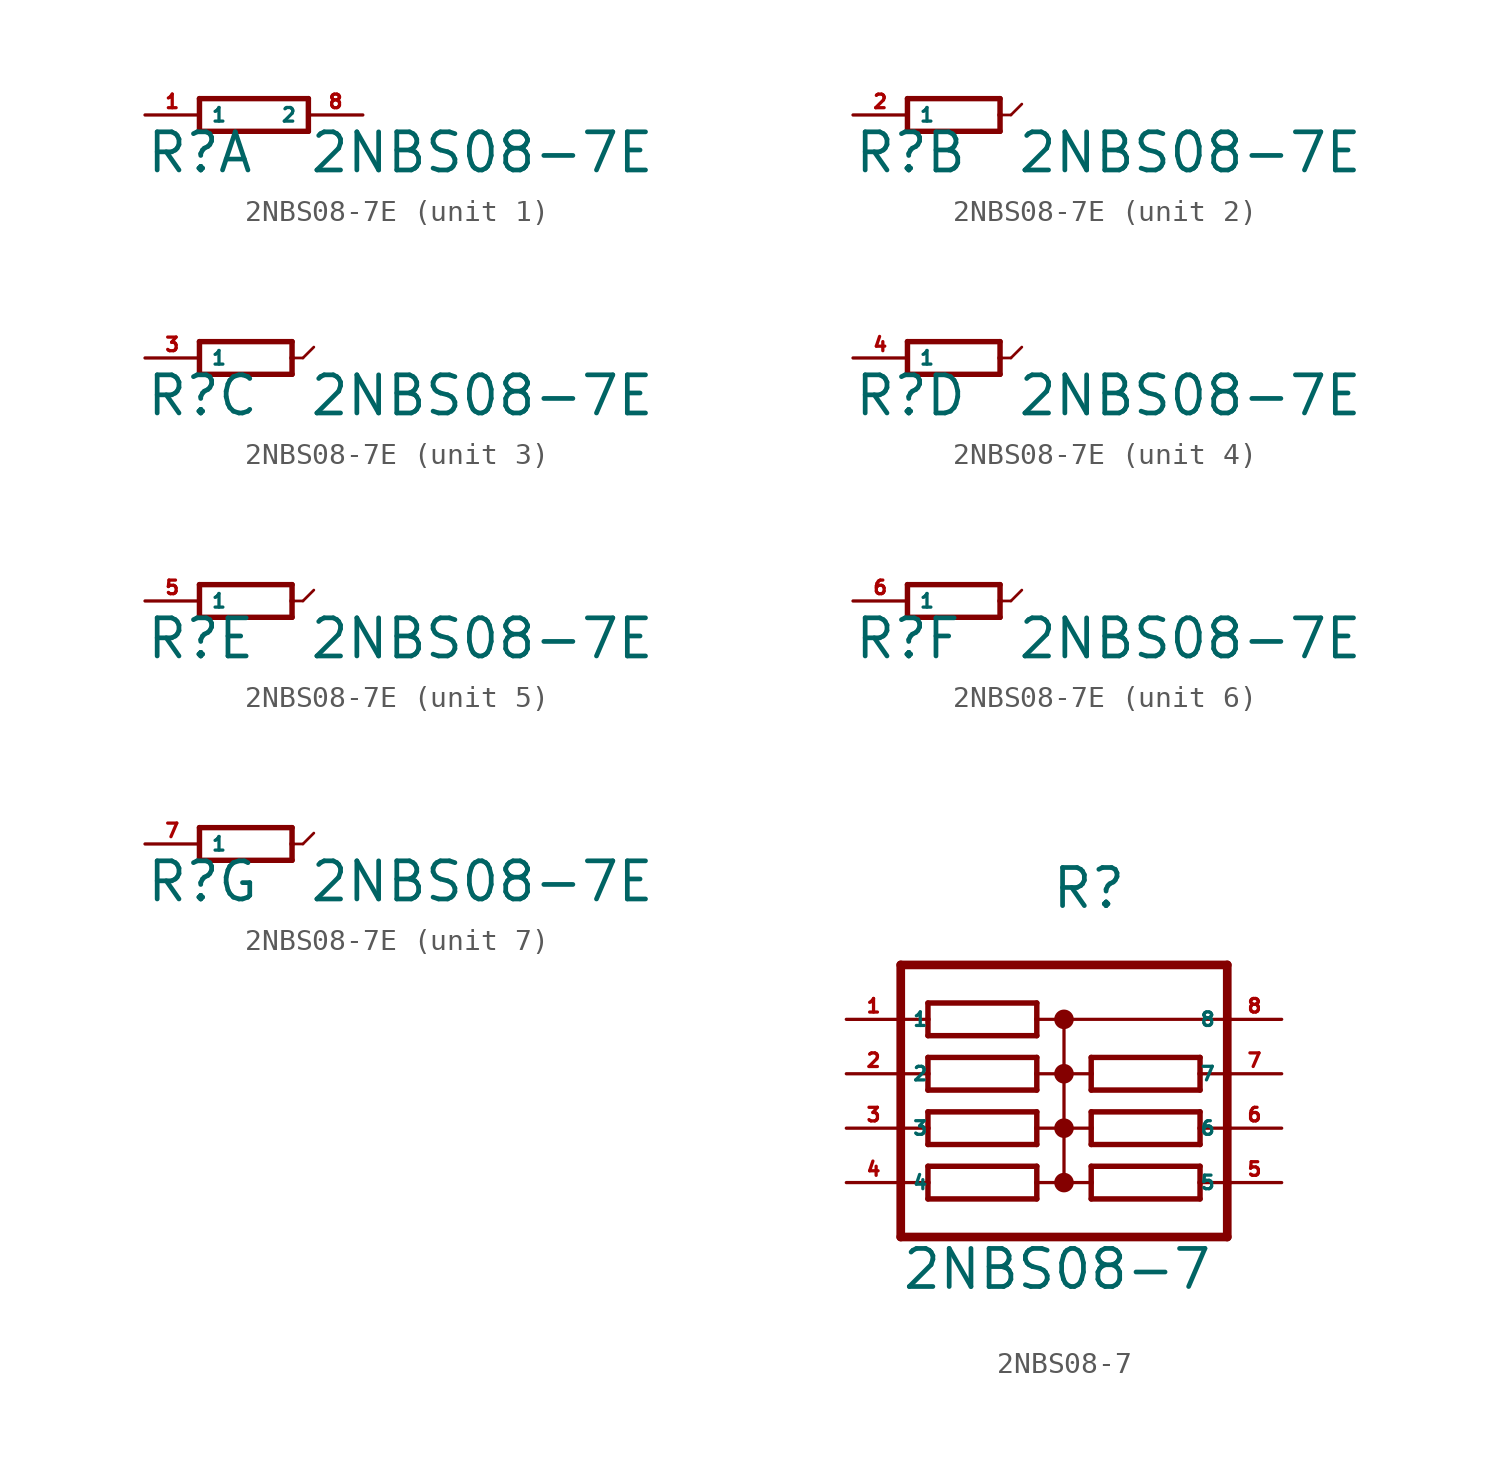
<source format=kicad_sym>
(kicad_symbol_lib
  (version 20220914)
  (generator Eagle2Kicad)
  (symbol "2NBS08-7E"
    (property "Reference" "R"
      (at -5.08 -2.794 0)
      (effects (font (size 1.778 1.778) (thickness 0.22)) (justify left bottom)))
    (property "Value" "2NBS08-7E"
      (at 2.54 -2.794 0)
      (effects (font (size 1.778 1.778) (thickness 0.22)) (justify left bottom)))
    (symbol "2NBS08-7E_1_0"
      (polyline (pts (xy -2.54 -0.762) (xy 2.54 -0.762)) (stroke (width 0.254) (type default)) (fill (type none)))
      (polyline (pts (xy 2.54 0.762) (xy -2.54 0.762)) (stroke (width 0.254) (type default)) (fill (type none)))
      (polyline (pts (xy 2.54 -0.762) (xy 2.54 0.762)) (stroke (width 0.254) (type default)) (fill (type none)))
      (polyline (pts (xy -2.54 0.762) (xy -2.54 -0.762)) (stroke (width 0.254) (type default)) (fill (type none)))
      (pin passive line (at -5.08 0 0) (length 2.54) (name "1" (effects (font (size 0.635 0.635) (thickness 0.08)) (justify left bottom))) (number "1" (effects (font (size 0.635 0.635) (thickness 0.08)) (justify left bottom))))
      (pin passive line (at 5.08 0 180) (length 2.54) (name "2" (effects (font (size 0.635 0.635) (thickness 0.08)) (justify left bottom))) (number "8" (effects (font (size 0.635 0.635) (thickness 0.08)) (justify left bottom)))))
    (symbol "2NBS08-7E_2_0"
      (polyline (pts (xy -2.54 -0.762) (xy 1.778 -0.762)) (stroke (width 0.254) (type default)) (fill (type none)))
      (polyline (pts (xy 1.778 0.762) (xy -2.54 0.762)) (stroke (width 0.254) (type default)) (fill (type none)))
      (polyline (pts (xy -2.54 0.762) (xy -2.54 -0.762)) (stroke (width 0.254) (type default)) (fill (type none)))
      (polyline (pts (xy 1.778 0.762) (xy 1.778 0)) (stroke (width 0.254) (type default)) (fill (type none)))
      (polyline (pts (xy 1.778 0) (xy 1.778 -0.762)) (stroke (width 0.254) (type default)) (fill (type none)))
      (polyline (pts (xy 1.778 0) (xy 2.286 0)) (stroke (width 0.127) (type default)) (fill (type none)))
      (polyline (pts (xy 2.286 0) (xy 2.794 0.508)) (stroke (width 0.127) (type default)) (fill (type none)))
      (pin passive line (at -5.08 0 0) (length 2.54) (name "1" (effects (font (size 0.635 0.635) (thickness 0.08)) (justify left bottom))) (number "2" (effects (font (size 0.635 0.635) (thickness 0.08)) (justify left bottom)))))
    (symbol "2NBS08-7E_3_0"
      (polyline (pts (xy -2.54 -0.762) (xy 1.778 -0.762)) (stroke (width 0.254) (type default)) (fill (type none)))
      (polyline (pts (xy 1.778 0.762) (xy -2.54 0.762)) (stroke (width 0.254) (type default)) (fill (type none)))
      (polyline (pts (xy -2.54 0.762) (xy -2.54 -0.762)) (stroke (width 0.254) (type default)) (fill (type none)))
      (polyline (pts (xy 1.778 0.762) (xy 1.778 0)) (stroke (width 0.254) (type default)) (fill (type none)))
      (polyline (pts (xy 1.778 0) (xy 1.778 -0.762)) (stroke (width 0.254) (type default)) (fill (type none)))
      (polyline (pts (xy 1.778 0) (xy 2.286 0)) (stroke (width 0.127) (type default)) (fill (type none)))
      (polyline (pts (xy 2.286 0) (xy 2.794 0.508)) (stroke (width 0.127) (type default)) (fill (type none)))
      (pin passive line (at -5.08 0 0) (length 2.54) (name "1" (effects (font (size 0.635 0.635) (thickness 0.08)) (justify left bottom))) (number "3" (effects (font (size 0.635 0.635) (thickness 0.08)) (justify left bottom)))))
    (symbol "2NBS08-7E_4_0"
      (polyline (pts (xy -2.54 -0.762) (xy 1.778 -0.762)) (stroke (width 0.254) (type default)) (fill (type none)))
      (polyline (pts (xy 1.778 0.762) (xy -2.54 0.762)) (stroke (width 0.254) (type default)) (fill (type none)))
      (polyline (pts (xy -2.54 0.762) (xy -2.54 -0.762)) (stroke (width 0.254) (type default)) (fill (type none)))
      (polyline (pts (xy 1.778 0.762) (xy 1.778 0)) (stroke (width 0.254) (type default)) (fill (type none)))
      (polyline (pts (xy 1.778 0) (xy 1.778 -0.762)) (stroke (width 0.254) (type default)) (fill (type none)))
      (polyline (pts (xy 1.778 0) (xy 2.286 0)) (stroke (width 0.127) (type default)) (fill (type none)))
      (polyline (pts (xy 2.286 0) (xy 2.794 0.508)) (stroke (width 0.127) (type default)) (fill (type none)))
      (pin passive line (at -5.08 0 0) (length 2.54) (name "1" (effects (font (size 0.635 0.635) (thickness 0.08)) (justify left bottom))) (number "4" (effects (font (size 0.635 0.635) (thickness 0.08)) (justify left bottom)))))
    (symbol "2NBS08-7E_5_0"
      (polyline (pts (xy -2.54 -0.762) (xy 1.778 -0.762)) (stroke (width 0.254) (type default)) (fill (type none)))
      (polyline (pts (xy 1.778 0.762) (xy -2.54 0.762)) (stroke (width 0.254) (type default)) (fill (type none)))
      (polyline (pts (xy -2.54 0.762) (xy -2.54 -0.762)) (stroke (width 0.254) (type default)) (fill (type none)))
      (polyline (pts (xy 1.778 0.762) (xy 1.778 0)) (stroke (width 0.254) (type default)) (fill (type none)))
      (polyline (pts (xy 1.778 0) (xy 1.778 -0.762)) (stroke (width 0.254) (type default)) (fill (type none)))
      (polyline (pts (xy 1.778 0) (xy 2.286 0)) (stroke (width 0.127) (type default)) (fill (type none)))
      (polyline (pts (xy 2.286 0) (xy 2.794 0.508)) (stroke (width 0.127) (type default)) (fill (type none)))
      (pin passive line (at -5.08 0 0) (length 2.54) (name "1" (effects (font (size 0.635 0.635) (thickness 0.08)) (justify left bottom))) (number "5" (effects (font (size 0.635 0.635) (thickness 0.08)) (justify left bottom)))))
    (symbol "2NBS08-7E_6_0"
      (polyline (pts (xy -2.54 -0.762) (xy 1.778 -0.762)) (stroke (width 0.254) (type default)) (fill (type none)))
      (polyline (pts (xy 1.778 0.762) (xy -2.54 0.762)) (stroke (width 0.254) (type default)) (fill (type none)))
      (polyline (pts (xy -2.54 0.762) (xy -2.54 -0.762)) (stroke (width 0.254) (type default)) (fill (type none)))
      (polyline (pts (xy 1.778 0.762) (xy 1.778 0)) (stroke (width 0.254) (type default)) (fill (type none)))
      (polyline (pts (xy 1.778 0) (xy 1.778 -0.762)) (stroke (width 0.254) (type default)) (fill (type none)))
      (polyline (pts (xy 1.778 0) (xy 2.286 0)) (stroke (width 0.127) (type default)) (fill (type none)))
      (polyline (pts (xy 2.286 0) (xy 2.794 0.508)) (stroke (width 0.127) (type default)) (fill (type none)))
      (pin passive line (at -5.08 0 0) (length 2.54) (name "1" (effects (font (size 0.635 0.635) (thickness 0.08)) (justify left bottom))) (number "6" (effects (font (size 0.635 0.635) (thickness 0.08)) (justify left bottom)))))
    (symbol "2NBS08-7E_7_0"
      (polyline (pts (xy -2.54 -0.762) (xy 1.778 -0.762)) (stroke (width 0.254) (type default)) (fill (type none)))
      (polyline (pts (xy 1.778 0.762) (xy -2.54 0.762)) (stroke (width 0.254) (type default)) (fill (type none)))
      (polyline (pts (xy -2.54 0.762) (xy -2.54 -0.762)) (stroke (width 0.254) (type default)) (fill (type none)))
      (polyline (pts (xy 1.778 0.762) (xy 1.778 0)) (stroke (width 0.254) (type default)) (fill (type none)))
      (polyline (pts (xy 1.778 0) (xy 1.778 -0.762)) (stroke (width 0.254) (type default)) (fill (type none)))
      (polyline (pts (xy 1.778 0) (xy 2.286 0)) (stroke (width 0.127) (type default)) (fill (type none)))
      (polyline (pts (xy 2.286 0) (xy 2.794 0.508)) (stroke (width 0.127) (type default)) (fill (type none)))
      (pin passive line (at -5.08 0 0) (length 2.54) (name "1" (effects (font (size 0.635 0.635) (thickness 0.08)) (justify left bottom))) (number "7" (effects (font (size 0.635 0.635) (thickness 0.08)) (justify left bottom))))))
  (symbol "2NBS08-7"
    (property "Reference" "R"
      (at -0.635 10.16 0)
      (effects (font (size 1.778 1.778) (thickness 0.22)) (justify left bottom)))
    (property "Value" "2NBS08-7"
      (at -7.62 -7.62 0)
      (effects (font (size 1.778 1.778) (thickness 0.22)) (justify left bottom)))
    (polyline
      (pts (xy -6.35 4.318) (xy -1.27 4.318))
      (stroke (width 0.254) (type default))
      (fill (type none)))
    (polyline
      (pts (xy -1.27 5.842) (xy -6.35 5.842))
      (stroke (width 0.254) (type default))
      (fill (type none)))
    (polyline
      (pts (xy -1.27 4.318) (xy -1.27 5.08))
      (stroke (width 0.254) (type default))
      (fill (type none)))
    (polyline
      (pts (xy -6.35 5.842) (xy -6.35 5.08))
      (stroke (width 0.254) (type default))
      (fill (type none)))
    (polyline
      (pts (xy -6.35 5.08) (xy -7.62 5.08))
      (stroke (width 0.152) (type default))
      (fill (type none)))
    (polyline
      (pts (xy -6.35 5.08) (xy -6.35 4.318))
      (stroke (width 0.254) (type default))
      (fill (type none)))
    (polyline
      (pts (xy 0 5.08) (xy -1.27 5.08))
      (stroke (width 0.152) (type default))
      (fill (type none)))
    (polyline
      (pts (xy -1.27 5.08) (xy -1.27 5.842))
      (stroke (width 0.254) (type default))
      (fill (type none)))
    (polyline
      (pts (xy 0 5.08) (xy 0 2.54))
      (stroke (width 0.152) (type default))
      (fill (type none)))
    (polyline
      (pts (xy 0 2.54) (xy -1.27 2.54))
      (stroke (width 0.152) (type default))
      (fill (type none)))
    (polyline
      (pts (xy 0 2.54) (xy 0 0))
      (stroke (width 0.152) (type default))
      (fill (type none)))
    (polyline
      (pts (xy 0 0) (xy -1.27 0))
      (stroke (width 0.152) (type default))
      (fill (type none)))
    (polyline
      (pts (xy 0 0) (xy 0 -2.54))
      (stroke (width 0.152) (type default))
      (fill (type none)))
    (polyline
      (pts (xy 0 -2.54) (xy -1.27 -2.54))
      (stroke (width 0.152) (type default))
      (fill (type none)))
    (polyline
      (pts (xy -7.62 -2.54) (xy -6.35 -2.54))
      (stroke (width 0.152) (type default))
      (fill (type none)))
    (polyline
      (pts (xy -7.62 0) (xy -6.35 0))
      (stroke (width 0.152) (type default))
      (fill (type none)))
    (polyline
      (pts (xy -7.62 2.54) (xy -6.35 2.54))
      (stroke (width 0.152) (type default))
      (fill (type none)))
    (polyline
      (pts (xy -6.35 2.54) (xy -6.35 1.778))
      (stroke (width 0.254) (type default))
      (fill (type none)))
    (polyline
      (pts (xy -6.35 3.302) (xy -6.35 2.54))
      (stroke (width 0.254) (type default))
      (fill (type none)))
    (polyline
      (pts (xy -1.27 1.778) (xy -1.27 2.54))
      (stroke (width 0.254) (type default))
      (fill (type none)))
    (polyline
      (pts (xy -1.27 2.54) (xy -1.27 3.302))
      (stroke (width 0.254) (type default))
      (fill (type none)))
    (polyline
      (pts (xy -6.35 1.778) (xy -1.27 1.778))
      (stroke (width 0.254) (type default))
      (fill (type none)))
    (polyline
      (pts (xy -1.27 3.302) (xy -6.35 3.302))
      (stroke (width 0.254) (type default))
      (fill (type none)))
    (polyline
      (pts (xy -6.35 -0.762) (xy -1.27 -0.762))
      (stroke (width 0.254) (type default))
      (fill (type none)))
    (polyline
      (pts (xy -6.35 -3.302) (xy -1.27 -3.302))
      (stroke (width 0.254) (type default))
      (fill (type none)))
    (polyline
      (pts (xy -1.27 0.762) (xy -6.35 0.762))
      (stroke (width 0.254) (type default))
      (fill (type none)))
    (polyline
      (pts (xy -1.27 -1.778) (xy -6.35 -1.778))
      (stroke (width 0.254) (type default))
      (fill (type none)))
    (polyline
      (pts (xy -1.27 -0.762) (xy -1.27 0))
      (stroke (width 0.254) (type default))
      (fill (type none)))
    (polyline
      (pts (xy -1.27 -3.302) (xy -1.27 -2.54))
      (stroke (width 0.254) (type default))
      (fill (type none)))
    (polyline
      (pts (xy -1.27 0) (xy -1.27 0.762))
      (stroke (width 0.254) (type default))
      (fill (type none)))
    (polyline
      (pts (xy -1.27 -2.54) (xy -1.27 -1.778))
      (stroke (width 0.254) (type default))
      (fill (type none)))
    (polyline
      (pts (xy -6.35 0) (xy -6.35 -0.762))
      (stroke (width 0.254) (type default))
      (fill (type none)))
    (polyline
      (pts (xy -6.35 -2.54) (xy -6.35 -3.302))
      (stroke (width 0.254) (type default))
      (fill (type none)))
    (polyline
      (pts (xy -6.35 0.762) (xy -6.35 0))
      (stroke (width 0.254) (type default))
      (fill (type none)))
    (polyline
      (pts (xy -6.35 -1.778) (xy -6.35 -2.54))
      (stroke (width 0.254) (type default))
      (fill (type none)))
    (polyline
      (pts (xy 7.62 7.62) (xy -7.62 7.62))
      (stroke (width 0.406) (type default))
      (fill (type none)))
    (polyline
      (pts (xy 7.62 7.62) (xy 7.62 5.08))
      (stroke (width 0.406) (type default))
      (fill (type none)))
    (polyline
      (pts (xy 7.62 5.08) (xy 7.62 2.54))
      (stroke (width 0.406) (type default))
      (fill (type none)))
    (polyline
      (pts (xy 7.62 2.54) (xy 7.62 0))
      (stroke (width 0.406) (type default))
      (fill (type none)))
    (polyline
      (pts (xy 7.62 0) (xy 7.62 -2.54))
      (stroke (width 0.406) (type default))
      (fill (type none)))
    (polyline
      (pts (xy 7.62 -5.08) (xy -7.62 -5.08))
      (stroke (width 0.406) (type default))
      (fill (type none)))
    (polyline
      (pts (xy -7.62 7.62) (xy -7.62 -5.08))
      (stroke (width 0.406) (type default))
      (fill (type none)))
    (polyline
      (pts (xy 0 5.08) (xy 7.62 5.08))
      (stroke (width 0.152) (type default))
      (fill (type none)))
    (polyline
      (pts (xy 0 -2.54) (xy 1.27 -2.54))
      (stroke (width 0.152) (type default))
      (fill (type none)))
    (polyline
      (pts (xy 7.62 -2.54) (xy 6.35 -2.54))
      (stroke (width 0.152) (type default))
      (fill (type none)))
    (polyline
      (pts (xy 6.35 -1.778) (xy 1.27 -1.778))
      (stroke (width 0.254) (type default))
      (fill (type none)))
    (polyline
      (pts (xy 1.27 -3.302) (xy 6.35 -3.302))
      (stroke (width 0.254) (type default))
      (fill (type none)))
    (polyline
      (pts (xy 1.27 -1.778) (xy 1.27 -2.54))
      (stroke (width 0.254) (type default))
      (fill (type none)))
    (polyline
      (pts (xy 1.27 -2.54) (xy 1.27 -3.302))
      (stroke (width 0.254) (type default))
      (fill (type none)))
    (polyline
      (pts (xy 6.35 -2.54) (xy 6.35 -1.778))
      (stroke (width 0.254) (type default))
      (fill (type none)))
    (polyline
      (pts (xy 6.35 -3.302) (xy 6.35 -2.54))
      (stroke (width 0.254) (type default))
      (fill (type none)))
    (polyline
      (pts (xy 6.35 0.762) (xy 1.27 0.762))
      (stroke (width 0.254) (type default))
      (fill (type none)))
    (polyline
      (pts (xy 1.27 -0.762) (xy 6.35 -0.762))
      (stroke (width 0.254) (type default))
      (fill (type none)))
    (polyline
      (pts (xy 1.27 0.762) (xy 1.27 0))
      (stroke (width 0.254) (type default))
      (fill (type none)))
    (polyline
      (pts (xy 6.35 -0.762) (xy 6.35 0))
      (stroke (width 0.254) (type default))
      (fill (type none)))
    (polyline
      (pts (xy 6.35 0) (xy 7.62 0))
      (stroke (width 0.152) (type default))
      (fill (type none)))
    (polyline
      (pts (xy 6.35 0) (xy 6.35 0.762))
      (stroke (width 0.254) (type default))
      (fill (type none)))
    (polyline
      (pts (xy 0 0) (xy 1.27 0))
      (stroke (width 0.152) (type default))
      (fill (type none)))
    (polyline
      (pts (xy 1.27 0) (xy 1.27 -0.762))
      (stroke (width 0.254) (type default))
      (fill (type none)))
    (polyline
      (pts (xy 0 2.54) (xy 1.27 2.54))
      (stroke (width 0.152) (type default))
      (fill (type none)))
    (polyline
      (pts (xy 7.62 2.54) (xy 6.35 2.54))
      (stroke (width 0.152) (type default))
      (fill (type none)))
    (polyline
      (pts (xy 6.35 2.54) (xy 6.35 3.302))
      (stroke (width 0.254) (type default))
      (fill (type none)))
    (polyline
      (pts (xy 6.35 1.778) (xy 6.35 2.54))
      (stroke (width 0.254) (type default))
      (fill (type none)))
    (polyline
      (pts (xy 1.27 3.302) (xy 1.27 2.54))
      (stroke (width 0.254) (type default))
      (fill (type none)))
    (polyline
      (pts (xy 1.27 2.54) (xy 1.27 1.778))
      (stroke (width 0.254) (type default))
      (fill (type none)))
    (polyline
      (pts (xy 6.35 3.302) (xy 1.27 3.302))
      (stroke (width 0.254) (type default))
      (fill (type none)))
    (polyline
      (pts (xy 1.27 1.778) (xy 6.35 1.778))
      (stroke (width 0.254) (type default))
      (fill (type none)))
    (polyline
      (pts (xy 7.62 -2.54) (xy 7.62 -5.08))
      (stroke (width 0.406) (type default))
      (fill (type none)))
    (circle
      (center 0 5.08)
      (radius 0.254)
      (stroke (width 0.406) (type default))
      (fill (type none)))
    (circle
      (center 0 2.54)
      (radius 0.254)
      (stroke (width 0.406) (type default))
      (fill (type none)))
    (circle
      (center 0 0)
      (radius 0.254)
      (stroke (width 0.406) (type default))
      (fill (type none)))
    (circle
      (center 0 -2.54)
      (radius 0.254)
      (stroke (width 0.406) (type default))
      (fill (type none)))
    (pin passive line
      (at 10.16 5.08 180)
      (length 2.54)
      (name "8" (effects (font (size 0.635 0.635) (thickness 0.08)) (justify left bottom)))
      (number "8" (effects (font (size 0.635 0.635) (thickness 0.08)) (justify left bottom))))
    (pin passive line
      (at -10.16 2.54 0)
      (length 2.54)
      (name "2" (effects (font (size 0.635 0.635) (thickness 0.08)) (justify left bottom)))
      (number "2" (effects (font (size 0.635 0.635) (thickness 0.08)) (justify left bottom))))
    (pin passive line
      (at -10.16 0 0)
      (length 2.54)
      (name "3" (effects (font (size 0.635 0.635) (thickness 0.08)) (justify left bottom)))
      (number "3" (effects (font (size 0.635 0.635) (thickness 0.08)) (justify left bottom))))
    (pin passive line
      (at -10.16 -2.54 0)
      (length 2.54)
      (name "4" (effects (font (size 0.635 0.635) (thickness 0.08)) (justify left bottom)))
      (number "4" (effects (font (size 0.635 0.635) (thickness 0.08)) (justify left bottom))))
    (pin passive line
      (at -10.16 5.08 0)
      (length 2.54)
      (name "1" (effects (font (size 0.635 0.635) (thickness 0.08)) (justify left bottom)))
      (number "1" (effects (font (size 0.635 0.635) (thickness 0.08)) (justify left bottom))))
    (pin passive line
      (at 10.16 -2.54 180)
      (length 2.54)
      (name "5" (effects (font (size 0.635 0.635) (thickness 0.08)) (justify left bottom)))
      (number "5" (effects (font (size 0.635 0.635) (thickness 0.08)) (justify left bottom))))
    (pin passive line
      (at 10.16 0 180)
      (length 2.54)
      (name "6" (effects (font (size 0.635 0.635) (thickness 0.08)) (justify left bottom)))
      (number "6" (effects (font (size 0.635 0.635) (thickness 0.08)) (justify left bottom))))
    (pin passive line
      (at 10.16 2.54 180)
      (length 2.54)
      (name "7" (effects (font (size 0.635 0.635) (thickness 0.08)) (justify left bottom)))
      (number "7" (effects (font (size 0.635 0.635) (thickness 0.08)) (justify left bottom))))))
</source>
